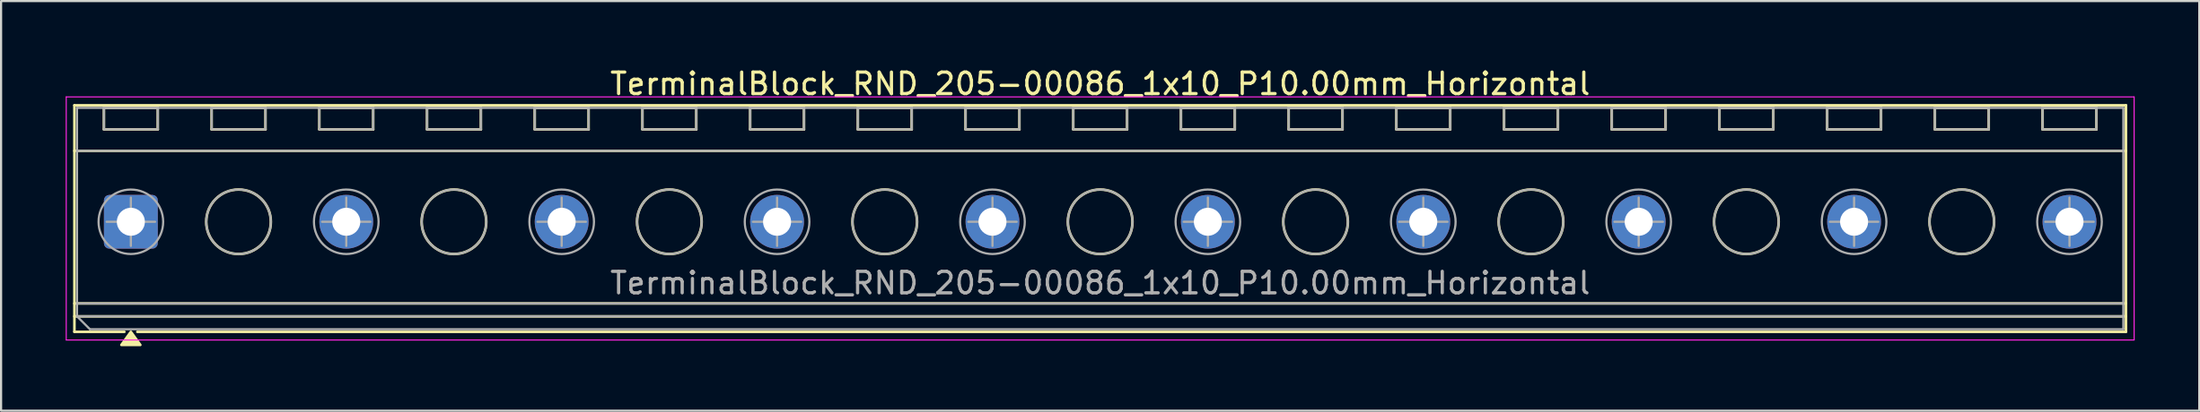
<source format=kicad_pcb>
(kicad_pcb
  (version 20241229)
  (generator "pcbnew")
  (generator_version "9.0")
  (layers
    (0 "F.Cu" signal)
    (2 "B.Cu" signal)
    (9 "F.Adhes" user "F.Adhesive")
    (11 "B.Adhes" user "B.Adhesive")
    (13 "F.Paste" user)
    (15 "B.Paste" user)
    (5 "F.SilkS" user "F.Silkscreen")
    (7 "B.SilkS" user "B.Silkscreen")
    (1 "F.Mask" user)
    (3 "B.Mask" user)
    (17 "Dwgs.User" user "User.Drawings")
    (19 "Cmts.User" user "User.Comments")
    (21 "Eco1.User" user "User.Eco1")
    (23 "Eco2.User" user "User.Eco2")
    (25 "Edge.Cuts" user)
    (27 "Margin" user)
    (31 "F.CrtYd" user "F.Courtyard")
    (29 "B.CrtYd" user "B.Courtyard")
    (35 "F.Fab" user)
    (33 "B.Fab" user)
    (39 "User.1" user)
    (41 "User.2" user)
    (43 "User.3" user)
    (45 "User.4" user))
  (footprint "TerminalBlock_RND_205-00086_1x10_P10.00mm_Horizontal"
    (layer "F.Cu")
    (at 3.025 7.268)
    (property "Reference" "TerminalBlock_RND_205-00086_1x10_P10.00mm_Horizontal" (at 45 -6.42 0) (layer "F.SilkS") (effects (font (size 1 1) (thickness 0.15))))
    (attr through_hole)
    (fp_line (start -2.62 -5.42) (end -2.62 5.12) (stroke (width 0.12) (type solid)) (layer "F.SilkS"))
    (fp_line (start -2.62 -5.42) (end 92.62 -5.42) (stroke (width 0.12) (type solid)) (layer "F.SilkS"))
    (fp_line (start -2.62 -3.3) (end 92.62 -3.3) (stroke (width 0.12) (type solid)) (layer "F.SilkS"))
    (fp_line (start -2.62 3.8) (end 92.62 3.8) (stroke (width 0.12) (type solid)) (layer "F.SilkS"))
    (fp_line (start -2.62 4.4) (end 92.62 4.4) (stroke (width 0.12) (type solid)) (layer "F.SilkS"))
    (fp_line (start -2.62 5.12) (end -0.3 5.12) (stroke (width 0.12) (type solid)) (layer "F.SilkS"))
    (fp_line (start -1.25 -5.3) (end -1.25 -4.3) (stroke (width 0.12) (type solid)) (layer "F.SilkS"))
    (fp_line (start -1.25 -5.3) (end 1.25 -5.3) (stroke (width 0.12) (type solid)) (layer "F.SilkS"))
    (fp_line (start -1.25 -4.3) (end 1.25 -4.3) (stroke (width 0.12) (type solid)) (layer "F.SilkS"))
    (fp_line (start 0.3 5.12) (end 92.62 5.12) (stroke (width 0.12) (type solid)) (layer "F.SilkS"))
    (fp_line (start 1.25 -5.3) (end 1.25 -4.3) (stroke (width 0.12) (type solid)) (layer "F.SilkS"))
    (fp_line (start 3.75 -5.3) (end 3.75 -4.3) (stroke (width 0.12) (type solid)) (layer "F.SilkS"))
    (fp_line (start 3.75 -5.3) (end 6.25 -5.3) (stroke (width 0.12) (type solid)) (layer "F.SilkS"))
    (fp_line (start 3.75 -4.3) (end 6.25 -4.3) (stroke (width 0.12) (type solid)) (layer "F.SilkS"))
    (fp_line (start 6.25 -5.3) (end 6.25 -4.3) (stroke (width 0.12) (type solid)) (layer "F.SilkS"))
    (fp_line (start 8.75 -5.3) (end 8.75 -4.3) (stroke (width 0.12) (type solid)) (layer "F.SilkS"))
    (fp_line (start 8.75 -5.3) (end 11.25 -5.3) (stroke (width 0.12) (type solid)) (layer "F.SilkS"))
    (fp_line (start 8.75 -4.3) (end 11.25 -4.3) (stroke (width 0.12) (type solid)) (layer "F.SilkS"))
    (fp_line (start 11.25 -5.3) (end 11.25 -4.3) (stroke (width 0.12) (type solid)) (layer "F.SilkS"))
    (fp_line (start 13.75 -5.3) (end 13.75 -4.3) (stroke (width 0.12) (type solid)) (layer "F.SilkS"))
    (fp_line (start 13.75 -5.3) (end 16.25 -5.3) (stroke (width 0.12) (type solid)) (layer "F.SilkS"))
    (fp_line (start 13.75 -4.3) (end 16.25 -4.3) (stroke (width 0.12) (type solid)) (layer "F.SilkS"))
    (fp_line (start 16.25 -5.3) (end 16.25 -4.3) (stroke (width 0.12) (type solid)) (layer "F.SilkS"))
    (fp_line (start 18.75 -5.3) (end 18.75 -4.3) (stroke (width 0.12) (type solid)) (layer "F.SilkS"))
    (fp_line (start 18.75 -5.3) (end 21.25 -5.3) (stroke (width 0.12) (type solid)) (layer "F.SilkS"))
    (fp_line (start 18.75 -4.3) (end 21.25 -4.3) (stroke (width 0.12) (type solid)) (layer "F.SilkS"))
    (fp_line (start 21.25 -5.3) (end 21.25 -4.3) (stroke (width 0.12) (type solid)) (layer "F.SilkS"))
    (fp_line (start 23.75 -5.3) (end 23.75 -4.3) (stroke (width 0.12) (type solid)) (layer "F.SilkS"))
    (fp_line (start 23.75 -5.3) (end 26.25 -5.3) (stroke (width 0.12) (type solid)) (layer "F.SilkS"))
    (fp_line (start 23.75 -4.3) (end 26.25 -4.3) (stroke (width 0.12) (type solid)) (layer "F.SilkS"))
    (fp_line (start 26.25 -5.3) (end 26.25 -4.3) (stroke (width 0.12) (type solid)) (layer "F.SilkS"))
    (fp_line (start 28.75 -5.3) (end 28.75 -4.3) (stroke (width 0.12) (type solid)) (layer "F.SilkS"))
    (fp_line (start 28.75 -5.3) (end 31.25 -5.3) (stroke (width 0.12) (type solid)) (layer "F.SilkS"))
    (fp_line (start 28.75 -4.3) (end 31.25 -4.3) (stroke (width 0.12) (type solid)) (layer "F.SilkS"))
    (fp_line (start 31.25 -5.3) (end 31.25 -4.3) (stroke (width 0.12) (type solid)) (layer "F.SilkS"))
    (fp_line (start 33.75 -5.3) (end 33.75 -4.3) (stroke (width 0.12) (type solid)) (layer "F.SilkS"))
    (fp_line (start 33.75 -5.3) (end 36.25 -5.3) (stroke (width 0.12) (type solid)) (layer "F.SilkS"))
    (fp_line (start 33.75 -4.3) (end 36.25 -4.3) (stroke (width 0.12) (type solid)) (layer "F.SilkS"))
    (fp_line (start 36.25 -5.3) (end 36.25 -4.3) (stroke (width 0.12) (type solid)) (layer "F.SilkS"))
    (fp_line (start 38.75 -5.3) (end 38.75 -4.3) (stroke (width 0.12) (type solid)) (layer "F.SilkS"))
    (fp_line (start 38.75 -5.3) (end 41.25 -5.3) (stroke (width 0.12) (type solid)) (layer "F.SilkS"))
    (fp_line (start 38.75 -4.3) (end 41.25 -4.3) (stroke (width 0.12) (type solid)) (layer "F.SilkS"))
    (fp_line (start 41.25 -5.3) (end 41.25 -4.3) (stroke (width 0.12) (type solid)) (layer "F.SilkS"))
    (fp_line (start 43.75 -5.3) (end 43.75 -4.3) (stroke (width 0.12) (type solid)) (layer "F.SilkS"))
    (fp_line (start 43.75 -5.3) (end 46.25 -5.3) (stroke (width 0.12) (type solid)) (layer "F.SilkS"))
    (fp_line (start 43.75 -4.3) (end 46.25 -4.3) (stroke (width 0.12) (type solid)) (layer "F.SilkS"))
    (fp_line (start 46.25 -5.3) (end 46.25 -4.3) (stroke (width 0.12) (type solid)) (layer "F.SilkS"))
    (fp_line (start 48.75 -5.3) (end 48.75 -4.3) (stroke (width 0.12) (type solid)) (layer "F.SilkS"))
    (fp_line (start 48.75 -5.3) (end 51.25 -5.3) (stroke (width 0.12) (type solid)) (layer "F.SilkS"))
    (fp_line (start 48.75 -4.3) (end 51.25 -4.3) (stroke (width 0.12) (type solid)) (layer "F.SilkS"))
    (fp_line (start 51.25 -5.3) (end 51.25 -4.3) (stroke (width 0.12) (type solid)) (layer "F.SilkS"))
    (fp_line (start 53.75 -5.3) (end 53.75 -4.3) (stroke (width 0.12) (type solid)) (layer "F.SilkS"))
    (fp_line (start 53.75 -5.3) (end 56.25 -5.3) (stroke (width 0.12) (type solid)) (layer "F.SilkS"))
    (fp_line (start 53.75 -4.3) (end 56.25 -4.3) (stroke (width 0.12) (type solid)) (layer "F.SilkS"))
    (fp_line (start 56.25 -5.3) (end 56.25 -4.3) (stroke (width 0.12) (type solid)) (layer "F.SilkS"))
    (fp_line (start 58.75 -5.3) (end 58.75 -4.3) (stroke (width 0.12) (type solid)) (layer "F.SilkS"))
    (fp_line (start 58.75 -5.3) (end 61.25 -5.3) (stroke (width 0.12) (type solid)) (layer "F.SilkS"))
    (fp_line (start 58.75 -4.3) (end 61.25 -4.3) (stroke (width 0.12) (type solid)) (layer "F.SilkS"))
    (fp_line (start 61.25 -5.3) (end 61.25 -4.3) (stroke (width 0.12) (type solid)) (layer "F.SilkS"))
    (fp_line (start 63.75 -5.3) (end 63.75 -4.3) (stroke (width 0.12) (type solid)) (layer "F.SilkS"))
    (fp_line (start 63.75 -5.3) (end 66.25 -5.3) (stroke (width 0.12) (type solid)) (layer "F.SilkS"))
    (fp_line (start 63.75 -4.3) (end 66.25 -4.3) (stroke (width 0.12) (type solid)) (layer "F.SilkS"))
    (fp_line (start 66.25 -5.3) (end 66.25 -4.3) (stroke (width 0.12) (type solid)) (layer "F.SilkS"))
    (fp_line (start 68.75 -5.3) (end 68.75 -4.3) (stroke (width 0.12) (type solid)) (layer "F.SilkS"))
    (fp_line (start 68.75 -5.3) (end 71.25 -5.3) (stroke (width 0.12) (type solid)) (layer "F.SilkS"))
    (fp_line (start 68.75 -4.3) (end 71.25 -4.3) (stroke (width 0.12) (type solid)) (layer "F.SilkS"))
    (fp_line (start 71.25 -5.3) (end 71.25 -4.3) (stroke (width 0.12) (type solid)) (layer "F.SilkS"))
    (fp_line (start 73.75 -5.3) (end 73.75 -4.3) (stroke (width 0.12) (type solid)) (layer "F.SilkS"))
    (fp_line (start 73.75 -5.3) (end 76.25 -5.3) (stroke (width 0.12) (type solid)) (layer "F.SilkS"))
    (fp_line (start 73.75 -4.3) (end 76.25 -4.3) (stroke (width 0.12) (type solid)) (layer "F.SilkS"))
    (fp_line (start 76.25 -5.3) (end 76.25 -4.3) (stroke (width 0.12) (type solid)) (layer "F.SilkS"))
    (fp_line (start 78.75 -5.3) (end 78.75 -4.3) (stroke (width 0.12) (type solid)) (layer "F.SilkS"))
    (fp_line (start 78.75 -5.3) (end 81.25 -5.3) (stroke (width 0.12) (type solid)) (layer "F.SilkS"))
    (fp_line (start 78.75 -4.3) (end 81.25 -4.3) (stroke (width 0.12) (type solid)) (layer "F.SilkS"))
    (fp_line (start 81.25 -5.3) (end 81.25 -4.3) (stroke (width 0.12) (type solid)) (layer "F.SilkS"))
    (fp_line (start 83.75 -5.3) (end 83.75 -4.3) (stroke (width 0.12) (type solid)) (layer "F.SilkS"))
    (fp_line (start 83.75 -5.3) (end 86.25 -5.3) (stroke (width 0.12) (type solid)) (layer "F.SilkS"))
    (fp_line (start 83.75 -4.3) (end 86.25 -4.3) (stroke (width 0.12) (type solid)) (layer "F.SilkS"))
    (fp_line (start 86.25 -5.3) (end 86.25 -4.3) (stroke (width 0.12) (type solid)) (layer "F.SilkS"))
    (fp_line (start 88.75 -5.3) (end 88.75 -4.3) (stroke (width 0.12) (type solid)) (layer "F.SilkS"))
    (fp_line (start 88.75 -5.3) (end 91.25 -5.3) (stroke (width 0.12) (type solid)) (layer "F.SilkS"))
    (fp_line (start 88.75 -4.3) (end 91.25 -4.3) (stroke (width 0.12) (type solid)) (layer "F.SilkS"))
    (fp_line (start 91.25 -5.3) (end 91.25 -4.3) (stroke (width 0.12) (type solid)) (layer "F.SilkS"))
    (fp_line (start 92.62 -5.42) (end 92.62 5.12) (stroke (width 0.12) (type solid)) (layer "F.SilkS"))
    (fp_circle (center 5 0) (end 6.5 0) (stroke (width 0.12) (type solid)) (fill no) (layer "F.SilkS"))
    (fp_circle (center 15 0) (end 16.5 0) (stroke (width 0.12) (type solid)) (fill no) (layer "F.SilkS"))
    (fp_circle (center 25 0) (end 26.5 0) (stroke (width 0.12) (type solid)) (fill no) (layer "F.SilkS"))
    (fp_circle (center 35 0) (end 36.5 0) (stroke (width 0.12) (type solid)) (fill no) (layer "F.SilkS"))
    (fp_circle (center 45 0) (end 46.5 0) (stroke (width 0.12) (type solid)) (fill no) (layer "F.SilkS"))
    (fp_circle (center 55 0) (end 56.5 0) (stroke (width 0.12) (type solid)) (fill no) (layer "F.SilkS"))
    (fp_circle (center 65 0) (end 66.5 0) (stroke (width 0.12) (type solid)) (fill no) (layer "F.SilkS"))
    (fp_circle (center 75 0) (end 76.5 0) (stroke (width 0.12) (type solid)) (fill no) (layer "F.SilkS"))
    (fp_circle (center 85 0) (end 86.5 0) (stroke (width 0.12) (type solid)) (fill no) (layer "F.SilkS"))
    (fp_poly (pts (xy 0 5.12) (xy 0.44 5.73) (xy -0.44 5.73)) (stroke (width 0.12) (type solid)) (fill yes) (layer "F.SilkS"))
    (fp_line (start -3 -5.81) (end -3 5.5) (stroke (width 0.05) (type solid)) (layer "F.CrtYd"))
    (fp_line (start -3 5.5) (end 93 5.5) (stroke (width 0.05) (type solid)) (layer "F.CrtYd"))
    (fp_line (start 93 -5.81) (end -3 -5.81) (stroke (width 0.05) (type solid)) (layer "F.CrtYd"))
    (fp_line (start 93 5.5) (end 93 -5.81) (stroke (width 0.05) (type solid)) (layer "F.CrtYd"))
    (fp_line (start -2.5 -5.3) (end 92.5 -5.3) (stroke (width 0.1) (type solid)) (layer "F.Fab"))
    (fp_line (start -2.5 -3.3) (end 92.5 -3.3) (stroke (width 0.1) (type solid)) (layer "F.Fab"))
    (fp_line (start -2.5 3.8) (end 92.5 3.8) (stroke (width 0.1) (type solid)) (layer "F.Fab"))
    (fp_line (start -2.5 4.4) (end -2.5 -5.3) (stroke (width 0.1) (type solid)) (layer "F.Fab"))
    (fp_line (start -2.5 4.4) (end 92.5 4.4) (stroke (width 0.1) (type solid)) (layer "F.Fab"))
    (fp_line (start -1.9 5) (end -2.5 4.4) (stroke (width 0.1) (type solid)) (layer "F.Fab"))
    (fp_line (start -1.25 -5.3) (end -1.25 -4.3) (stroke (width 0.1) (type solid)) (layer "F.Fab"))
    (fp_line (start -1.25 -4.3) (end 1.25 -4.3) (stroke (width 0.1) (type solid)) (layer "F.Fab"))
    (fp_line (start -1.125 0) (end 1.125 0) (stroke (width 0.1) (type solid)) (layer "F.Fab"))
    (fp_line (start 0 -1.125) (end 0 1.125) (stroke (width 0.1) (type solid)) (layer "F.Fab"))
    (fp_line (start 1.25 -5.3) (end -1.25 -5.3) (stroke (width 0.1) (type solid)) (layer "F.Fab"))
    (fp_line (start 1.25 -4.3) (end 1.25 -5.3) (stroke (width 0.1) (type solid)) (layer "F.Fab"))
    (fp_line (start 3.75 -5.3) (end 3.75 -4.3) (stroke (width 0.1) (type solid)) (layer "F.Fab"))
    (fp_line (start 3.75 -4.3) (end 6.25 -4.3) (stroke (width 0.1) (type solid)) (layer "F.Fab"))
    (fp_line (start 6.25 -5.3) (end 3.75 -5.3) (stroke (width 0.1) (type solid)) (layer "F.Fab"))
    (fp_line (start 6.25 -4.3) (end 6.25 -5.3) (stroke (width 0.1) (type solid)) (layer "F.Fab"))
    (fp_line (start 8.75 -5.3) (end 8.75 -4.3) (stroke (width 0.1) (type solid)) (layer "F.Fab"))
    (fp_line (start 8.75 -4.3) (end 11.25 -4.3) (stroke (width 0.1) (type solid)) (layer "F.Fab"))
    (fp_line (start 8.875 0) (end 11.125 0) (stroke (width 0.1) (type solid)) (layer "F.Fab"))
    (fp_line (start 10 -1.125) (end 10 1.125) (stroke (width 0.1) (type solid)) (layer "F.Fab"))
    (fp_line (start 11.25 -5.3) (end 8.75 -5.3) (stroke (width 0.1) (type solid)) (layer "F.Fab"))
    (fp_line (start 11.25 -4.3) (end 11.25 -5.3) (stroke (width 0.1) (type solid)) (layer "F.Fab"))
    (fp_line (start 13.75 -5.3) (end 13.75 -4.3) (stroke (width 0.1) (type solid)) (layer "F.Fab"))
    (fp_line (start 13.75 -4.3) (end 16.25 -4.3) (stroke (width 0.1) (type solid)) (layer "F.Fab"))
    (fp_line (start 16.25 -5.3) (end 13.75 -5.3) (stroke (width 0.1) (type solid)) (layer "F.Fab"))
    (fp_line (start 16.25 -4.3) (end 16.25 -5.3) (stroke (width 0.1) (type solid)) (layer "F.Fab"))
    (fp_line (start 18.75 -5.3) (end 18.75 -4.3) (stroke (width 0.1) (type solid)) (layer "F.Fab"))
    (fp_line (start 18.75 -4.3) (end 21.25 -4.3) (stroke (width 0.1) (type solid)) (layer "F.Fab"))
    (fp_line (start 18.875 0) (end 21.125 0) (stroke (width 0.1) (type solid)) (layer "F.Fab"))
    (fp_line (start 20 -1.125) (end 20 1.125) (stroke (width 0.1) (type solid)) (layer "F.Fab"))
    (fp_line (start 21.25 -5.3) (end 18.75 -5.3) (stroke (width 0.1) (type solid)) (layer "F.Fab"))
    (fp_line (start 21.25 -4.3) (end 21.25 -5.3) (stroke (width 0.1) (type solid)) (layer "F.Fab"))
    (fp_line (start 23.75 -5.3) (end 23.75 -4.3) (stroke (width 0.1) (type solid)) (layer "F.Fab"))
    (fp_line (start 23.75 -4.3) (end 26.25 -4.3) (stroke (width 0.1) (type solid)) (layer "F.Fab"))
    (fp_line (start 26.25 -5.3) (end 23.75 -5.3) (stroke (width 0.1) (type solid)) (layer "F.Fab"))
    (fp_line (start 26.25 -4.3) (end 26.25 -5.3) (stroke (width 0.1) (type solid)) (layer "F.Fab"))
    (fp_line (start 28.75 -5.3) (end 28.75 -4.3) (stroke (width 0.1) (type solid)) (layer "F.Fab"))
    (fp_line (start 28.75 -4.3) (end 31.25 -4.3) (stroke (width 0.1) (type solid)) (layer "F.Fab"))
    (fp_line (start 28.875 0) (end 31.125 0) (stroke (width 0.1) (type solid)) (layer "F.Fab"))
    (fp_line (start 30 -1.125) (end 30 1.125) (stroke (width 0.1) (type solid)) (layer "F.Fab"))
    (fp_line (start 31.25 -5.3) (end 28.75 -5.3) (stroke (width 0.1) (type solid)) (layer "F.Fab"))
    (fp_line (start 31.25 -4.3) (end 31.25 -5.3) (stroke (width 0.1) (type solid)) (layer "F.Fab"))
    (fp_line (start 33.75 -5.3) (end 33.75 -4.3) (stroke (width 0.1) (type solid)) (layer "F.Fab"))
    (fp_line (start 33.75 -4.3) (end 36.25 -4.3) (stroke (width 0.1) (type solid)) (layer "F.Fab"))
    (fp_line (start 36.25 -5.3) (end 33.75 -5.3) (stroke (width 0.1) (type solid)) (layer "F.Fab"))
    (fp_line (start 36.25 -4.3) (end 36.25 -5.3) (stroke (width 0.1) (type solid)) (layer "F.Fab"))
    (fp_line (start 38.75 -5.3) (end 38.75 -4.3) (stroke (width 0.1) (type solid)) (layer "F.Fab"))
    (fp_line (start 38.75 -4.3) (end 41.25 -4.3) (stroke (width 0.1) (type solid)) (layer "F.Fab"))
    (fp_line (start 38.875 0) (end 41.125 0) (stroke (width 0.1) (type solid)) (layer "F.Fab"))
    (fp_line (start 40 -1.125) (end 40 1.125) (stroke (width 0.1) (type solid)) (layer "F.Fab"))
    (fp_line (start 41.25 -5.3) (end 38.75 -5.3) (stroke (width 0.1) (type solid)) (layer "F.Fab"))
    (fp_line (start 41.25 -4.3) (end 41.25 -5.3) (stroke (width 0.1) (type solid)) (layer "F.Fab"))
    (fp_line (start 43.75 -5.3) (end 43.75 -4.3) (stroke (width 0.1) (type solid)) (layer "F.Fab"))
    (fp_line (start 43.75 -4.3) (end 46.25 -4.3) (stroke (width 0.1) (type solid)) (layer "F.Fab"))
    (fp_line (start 46.25 -5.3) (end 43.75 -5.3) (stroke (width 0.1) (type solid)) (layer "F.Fab"))
    (fp_line (start 46.25 -4.3) (end 46.25 -5.3) (stroke (width 0.1) (type solid)) (layer "F.Fab"))
    (fp_line (start 48.75 -5.3) (end 48.75 -4.3) (stroke (width 0.1) (type solid)) (layer "F.Fab"))
    (fp_line (start 48.75 -4.3) (end 51.25 -4.3) (stroke (width 0.1) (type solid)) (layer "F.Fab"))
    (fp_line (start 48.875 0) (end 51.125 0) (stroke (width 0.1) (type solid)) (layer "F.Fab"))
    (fp_line (start 50 -1.125) (end 50 1.125) (stroke (width 0.1) (type solid)) (layer "F.Fab"))
    (fp_line (start 51.25 -5.3) (end 48.75 -5.3) (stroke (width 0.1) (type solid)) (layer "F.Fab"))
    (fp_line (start 51.25 -4.3) (end 51.25 -5.3) (stroke (width 0.1) (type solid)) (layer "F.Fab"))
    (fp_line (start 53.75 -5.3) (end 53.75 -4.3) (stroke (width 0.1) (type solid)) (layer "F.Fab"))
    (fp_line (start 53.75 -4.3) (end 56.25 -4.3) (stroke (width 0.1) (type solid)) (layer "F.Fab"))
    (fp_line (start 56.25 -5.3) (end 53.75 -5.3) (stroke (width 0.1) (type solid)) (layer "F.Fab"))
    (fp_line (start 56.25 -4.3) (end 56.25 -5.3) (stroke (width 0.1) (type solid)) (layer "F.Fab"))
    (fp_line (start 58.75 -5.3) (end 58.75 -4.3) (stroke (width 0.1) (type solid)) (layer "F.Fab"))
    (fp_line (start 58.75 -4.3) (end 61.25 -4.3) (stroke (width 0.1) (type solid)) (layer "F.Fab"))
    (fp_line (start 58.875 0) (end 61.125 0) (stroke (width 0.1) (type solid)) (layer "F.Fab"))
    (fp_line (start 60 -1.125) (end 60 1.125) (stroke (width 0.1) (type solid)) (layer "F.Fab"))
    (fp_line (start 61.25 -5.3) (end 58.75 -5.3) (stroke (width 0.1) (type solid)) (layer "F.Fab"))
    (fp_line (start 61.25 -4.3) (end 61.25 -5.3) (stroke (width 0.1) (type solid)) (layer "F.Fab"))
    (fp_line (start 63.75 -5.3) (end 63.75 -4.3) (stroke (width 0.1) (type solid)) (layer "F.Fab"))
    (fp_line (start 63.75 -4.3) (end 66.25 -4.3) (stroke (width 0.1) (type solid)) (layer "F.Fab"))
    (fp_line (start 66.25 -5.3) (end 63.75 -5.3) (stroke (width 0.1) (type solid)) (layer "F.Fab"))
    (fp_line (start 66.25 -4.3) (end 66.25 -5.3) (stroke (width 0.1) (type solid)) (layer "F.Fab"))
    (fp_line (start 68.75 -5.3) (end 68.75 -4.3) (stroke (width 0.1) (type solid)) (layer "F.Fab"))
    (fp_line (start 68.75 -4.3) (end 71.25 -4.3) (stroke (width 0.1) (type solid)) (layer "F.Fab"))
    (fp_line (start 68.875 0) (end 71.125 0) (stroke (width 0.1) (type solid)) (layer "F.Fab"))
    (fp_line (start 70 -1.125) (end 70 1.125) (stroke (width 0.1) (type solid)) (layer "F.Fab"))
    (fp_line (start 71.25 -5.3) (end 68.75 -5.3) (stroke (width 0.1) (type solid)) (layer "F.Fab"))
    (fp_line (start 71.25 -4.3) (end 71.25 -5.3) (stroke (width 0.1) (type solid)) (layer "F.Fab"))
    (fp_line (start 73.75 -5.3) (end 73.75 -4.3) (stroke (width 0.1) (type solid)) (layer "F.Fab"))
    (fp_line (start 73.75 -4.3) (end 76.25 -4.3) (stroke (width 0.1) (type solid)) (layer "F.Fab"))
    (fp_line (start 76.25 -5.3) (end 73.75 -5.3) (stroke (width 0.1) (type solid)) (layer "F.Fab"))
    (fp_line (start 76.25 -4.3) (end 76.25 -5.3) (stroke (width 0.1) (type solid)) (layer "F.Fab"))
    (fp_line (start 78.75 -5.3) (end 78.75 -4.3) (stroke (width 0.1) (type solid)) (layer "F.Fab"))
    (fp_line (start 78.75 -4.3) (end 81.25 -4.3) (stroke (width 0.1) (type solid)) (layer "F.Fab"))
    (fp_line (start 78.875 0) (end 81.125 0) (stroke (width 0.1) (type solid)) (layer "F.Fab"))
    (fp_line (start 80 -1.125) (end 80 1.125) (stroke (width 0.1) (type solid)) (layer "F.Fab"))
    (fp_line (start 81.25 -5.3) (end 78.75 -5.3) (stroke (width 0.1) (type solid)) (layer "F.Fab"))
    (fp_line (start 81.25 -4.3) (end 81.25 -5.3) (stroke (width 0.1) (type solid)) (layer "F.Fab"))
    (fp_line (start 83.75 -5.3) (end 83.75 -4.3) (stroke (width 0.1) (type solid)) (layer "F.Fab"))
    (fp_line (start 83.75 -4.3) (end 86.25 -4.3) (stroke (width 0.1) (type solid)) (layer "F.Fab"))
    (fp_line (start 86.25 -5.3) (end 83.75 -5.3) (stroke (width 0.1) (type solid)) (layer "F.Fab"))
    (fp_line (start 86.25 -4.3) (end 86.25 -5.3) (stroke (width 0.1) (type solid)) (layer "F.Fab"))
    (fp_line (start 88.75 -5.3) (end 88.75 -4.3) (stroke (width 0.1) (type solid)) (layer "F.Fab"))
    (fp_line (start 88.75 -4.3) (end 91.25 -4.3) (stroke (width 0.1) (type solid)) (layer "F.Fab"))
    (fp_line (start 88.875 0) (end 91.125 0) (stroke (width 0.1) (type solid)) (layer "F.Fab"))
    (fp_line (start 90 -1.125) (end 90 1.125) (stroke (width 0.1) (type solid)) (layer "F.Fab"))
    (fp_line (start 91.25 -5.3) (end 88.75 -5.3) (stroke (width 0.1) (type solid)) (layer "F.Fab"))
    (fp_line (start 91.25 -4.3) (end 91.25 -5.3) (stroke (width 0.1) (type solid)) (layer "F.Fab"))
    (fp_line (start 92.5 -5.3) (end 92.5 5) (stroke (width 0.1) (type solid)) (layer "F.Fab"))
    (fp_line (start 92.5 5) (end -1.9 5) (stroke (width 0.1) (type solid)) (layer "F.Fab"))
    (fp_circle (center 0 0) (end 1.5 0) (stroke (width 0.1) (type solid)) (fill no) (layer "F.Fab"))
    (fp_circle (center 5 0) (end 6.5 0) (stroke (width 0.1) (type solid)) (fill no) (layer "F.Fab"))
    (fp_circle (center 10 0) (end 11.5 0) (stroke (width 0.1) (type solid)) (fill no) (layer "F.Fab"))
    (fp_circle (center 15 0) (end 16.5 0) (stroke (width 0.1) (type solid)) (fill no) (layer "F.Fab"))
    (fp_circle (center 20 0) (end 21.5 0) (stroke (width 0.1) (type solid)) (fill no) (layer "F.Fab"))
    (fp_circle (center 25 0) (end 26.5 0) (stroke (width 0.1) (type solid)) (fill no) (layer "F.Fab"))
    (fp_circle (center 30 0) (end 31.5 0) (stroke (width 0.1) (type solid)) (fill no) (layer "F.Fab"))
    (fp_circle (center 35 0) (end 36.5 0) (stroke (width 0.1) (type solid)) (fill no) (layer "F.Fab"))
    (fp_circle (center 40 0) (end 41.5 0) (stroke (width 0.1) (type solid)) (fill no) (layer "F.Fab"))
    (fp_circle (center 45 0) (end 46.5 0) (stroke (width 0.1) (type solid)) (fill no) (layer "F.Fab"))
    (fp_circle (center 50 0) (end 51.5 0) (stroke (width 0.1) (type solid)) (fill no) (layer "F.Fab"))
    (fp_circle (center 55 0) (end 56.5 0) (stroke (width 0.1) (type solid)) (fill no) (layer "F.Fab"))
    (fp_circle (center 60 0) (end 61.5 0) (stroke (width 0.1) (type solid)) (fill no) (layer "F.Fab"))
    (fp_circle (center 65 0) (end 66.5 0) (stroke (width 0.1) (type solid)) (fill no) (layer "F.Fab"))
    (fp_circle (center 70 0) (end 71.5 0) (stroke (width 0.1) (type solid)) (fill no) (layer "F.Fab"))
    (fp_circle (center 75 0) (end 76.5 0) (stroke (width 0.1) (type solid)) (fill no) (layer "F.Fab"))
    (fp_circle (center 80 0) (end 81.5 0) (stroke (width 0.1) (type solid)) (fill no) (layer "F.Fab"))
    (fp_circle (center 85 0) (end 86.5 0) (stroke (width 0.1) (type solid)) (fill no) (layer "F.Fab"))
    (fp_circle (center 90 0) (end 91.5 0) (stroke (width 0.1) (type solid)) (fill no) (layer "F.Fab"))
    (fp_text user "${REFERENCE}" (at 45 2.85 0) (layer "F.Fab") (effects (font (size 1 1) (thickness 0.15))))
    (pad "1" thru_hole roundrect (at 0 0) (size 2.5 2.5) (drill 1.3) (layers "*.Cu" "*.Mask") (roundrect_rratio 0.1))
    (pad "2" thru_hole circle (at 10 0) (size 2.5 2.5) (drill 1.3) (layers "*.Cu" "*.Mask"))
    (pad "3" thru_hole circle (at 20 0) (size 2.5 2.5) (drill 1.3) (layers "*.Cu" "*.Mask"))
    (pad "4" thru_hole circle (at 30 0) (size 2.5 2.5) (drill 1.3) (layers "*.Cu" "*.Mask"))
    (pad "5" thru_hole circle (at 40 0) (size 2.5 2.5) (drill 1.3) (layers "*.Cu" "*.Mask"))
    (pad "6" thru_hole circle (at 50 0) (size 2.5 2.5) (drill 1.3) (layers "*.Cu" "*.Mask"))
    (pad "7" thru_hole circle (at 60 0) (size 2.5 2.5) (drill 1.3) (layers "*.Cu" "*.Mask"))
    (pad "8" thru_hole circle (at 70 0) (size 2.5 2.5) (drill 1.3) (layers "*.Cu" "*.Mask"))
    (pad "9" thru_hole circle (at 80 0) (size 2.5 2.5) (drill 1.3) (layers "*.Cu" "*.Mask"))
    (pad "10" thru_hole circle (at 90 0) (size 2.5 2.5) (drill 1.3) (layers "*.Cu" "*.Mask")))
  (gr_rect
    (start -3 -3)
    (end 99.05 16.058)
    (stroke (width 0.1) (type default))
    (fill no)
    (layer "Edge.Cuts")))
</source>
